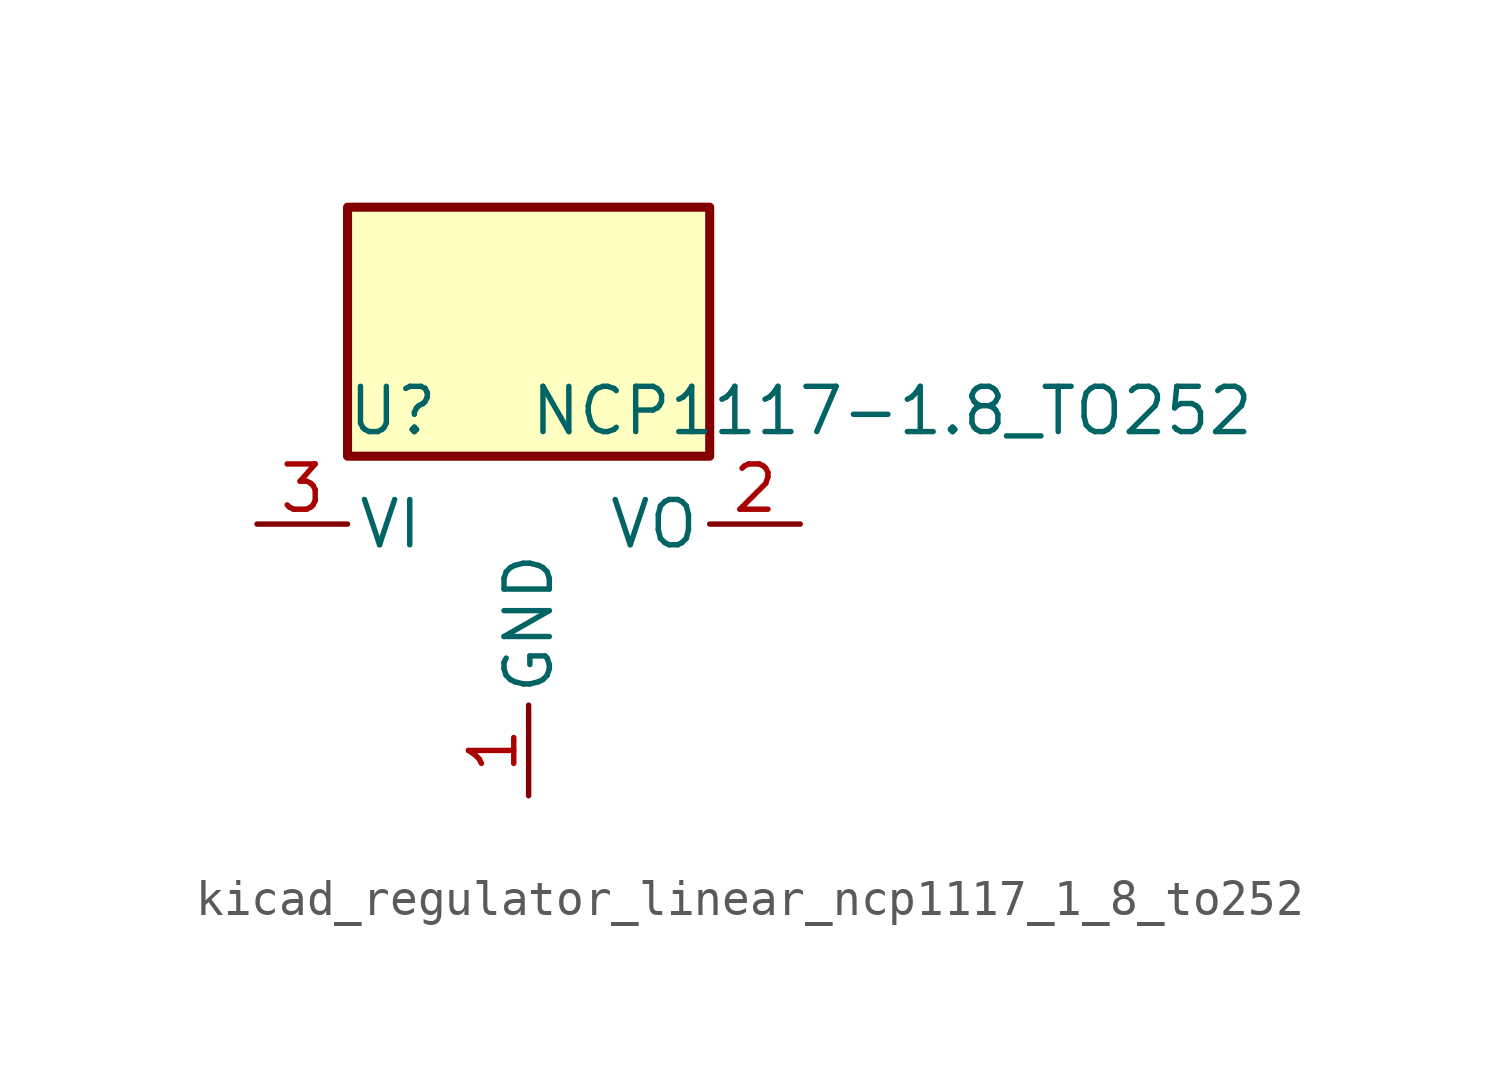
<source format=kicad_sym>
(kicad_symbol_lib
  (version 20220914)
  (generator kicad_symbol_editor)
  (symbol "kicad_regulator_linear_ncp1117_1_8_to252"
    (pin_names
      (offset 0.254))
    (property "Reference" "U"
      (at -3.81 3.175 0)
      (effects (font (size 1.27 1.27))))
    (property "Value" "NCP1117-1.8_TO252"
      (at 0 3.175 0)
      (effects (font (size 1.27 1.27)) (justify left)))
    (symbol "kicad_regulator_linear_ncp1117_1_8_to252_0_1"
      (rectangle (start 5.08 8.89) (end -5.08 1.905) (stroke (width 0.254) (type default)) (fill (type background))))
    (symbol "kicad_regulator_linear_ncp1117_1_8_to252_1_1"
      (pin power_in line (at 0 -7.62 90) (length 2.54) (name "GND" (effects (font (size 1.27 1.27)))) (number "1" (effects (font (size 1.27 1.27)))))
      (pin power_out line (at 7.62 0 180) (length 2.54) (name "VO" (effects (font (size 1.27 1.27)))) (number "2" (effects (font (size 1.27 1.27)))))
      (pin power_in line (at -7.62 0 0) (length 2.54) (name "VI" (effects (font (size 1.27 1.27)))) (number "3" (effects (font (size 1.27 1.27))))))))
</source>
